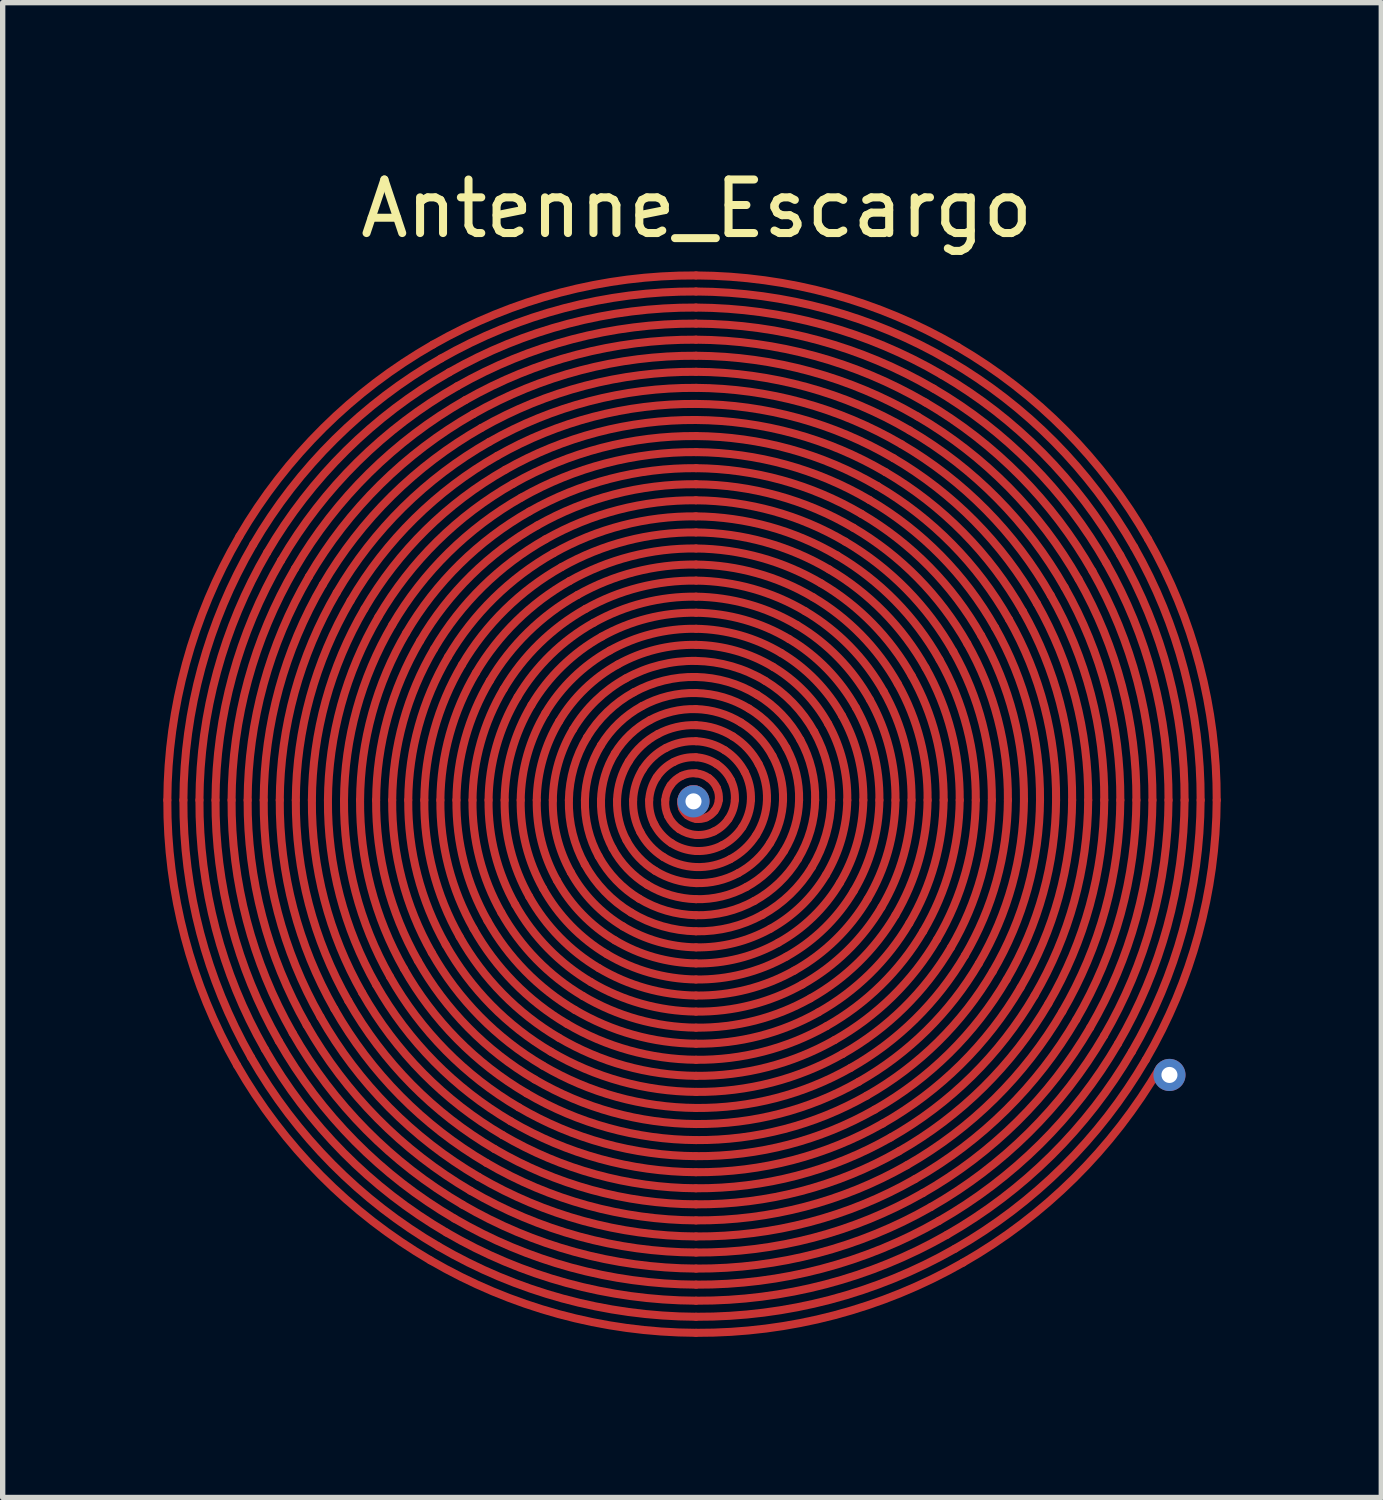
<source format=kicad_pcb>
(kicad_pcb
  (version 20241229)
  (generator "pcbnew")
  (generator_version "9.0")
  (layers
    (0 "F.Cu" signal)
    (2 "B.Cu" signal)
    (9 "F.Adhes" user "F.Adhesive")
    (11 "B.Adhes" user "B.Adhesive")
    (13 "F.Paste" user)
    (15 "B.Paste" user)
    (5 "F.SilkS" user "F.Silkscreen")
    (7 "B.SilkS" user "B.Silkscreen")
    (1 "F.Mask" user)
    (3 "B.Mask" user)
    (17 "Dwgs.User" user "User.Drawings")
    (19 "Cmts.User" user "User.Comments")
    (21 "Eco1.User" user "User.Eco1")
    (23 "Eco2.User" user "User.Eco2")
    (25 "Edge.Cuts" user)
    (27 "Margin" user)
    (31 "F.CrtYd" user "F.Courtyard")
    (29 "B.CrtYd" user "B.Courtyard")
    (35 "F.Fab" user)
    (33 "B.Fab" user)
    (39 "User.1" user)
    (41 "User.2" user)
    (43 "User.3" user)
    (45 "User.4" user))
  (footprint "Antenne_Escargo"
    (layer "F.Cu")
    (at 9.963 0.348)
    (property "Reference" "Antenne_Escargo" (at 0 0.5 0) (layer "F.SilkS") (effects (font (size 1 1) (thickness 0.15))))
    (attr through_hole)
    (fp_arc (start -9.887498 11.54665) (mid -9.539368 8.995637) (end -8.542849 6.62165) (stroke (width 0.15) (type solid)) (layer "F.Cu"))
    (fp_arc (start -9.587498 11.54665) (mid -9.24959 9.073283) (end -8.283041 6.77165) (stroke (width 0.15) (type solid)) (layer "F.Cu"))
    (fp_arc (start -9.287498 11.546649) (mid -8.959812 9.150928) (end -8.023233 6.92165) (stroke (width 0.15) (type solid)) (layer "F.Cu"))
    (fp_arc (start -8.987498 11.54665) (mid -8.670034 9.228574) (end -7.763426 7.07165) (stroke (width 0.15) (type solid)) (layer "F.Cu"))
    (fp_arc (start -8.687498 11.54665) (mid -8.380257 9.30622) (end -7.503618 7.22165) (stroke (width 0.15) (type solid)) (layer "F.Cu"))
    (fp_arc (start -8.58615 16.496649) (mid -9.562664 14.107312) (end -9.887499 11.54665) (stroke (width 0.15) (type solid)) (layer "F.Cu"))
    (fp_arc (start -8.542848 6.62165) (mid -6.969825 4.591651) (end -4.924998 3.037951) (stroke (width 0.15) (type solid)) (layer "F.Cu"))
    (fp_arc (start -8.387499 11.54665) (mid -8.09048 9.383865) (end -7.243811 7.37165) (stroke (width 0.15) (type solid)) (layer "F.Cu"))
    (fp_arc (start -8.326343 16.346649) (mid -9.272887 14.029667) (end -9.587499 11.54665) (stroke (width 0.15) (type solid)) (layer "F.Cu"))
    (fp_arc (start -8.28304 6.771651) (mid -6.757692 4.803784) (end -4.774998 3.297759) (stroke (width 0.15) (type solid)) (layer "F.Cu"))
    (fp_arc (start -8.087498 11.54665) (mid -7.800701 9.461511) (end -6.984003 7.52165) (stroke (width 0.15) (type solid)) (layer "F.Cu"))
    (fp_arc (start -8.066535 16.196649) (mid -8.983109 13.952021) (end -9.287499 11.54665) (stroke (width 0.15) (type solid)) (layer "F.Cu"))
    (fp_arc (start -8.023233 6.92165) (mid -6.545561 5.015915) (end -4.624998 3.557566) (stroke (width 0.15) (type solid)) (layer "F.Cu"))
    (fp_arc (start -7.806727 16.046649) (mid -8.693331 13.874375) (end -8.987499 11.54665) (stroke (width 0.15) (type solid)) (layer "F.Cu"))
    (fp_arc (start -7.787498 11.546649) (mid -7.510923 9.539156) (end -6.724195 7.67165) (stroke (width 0.15) (type solid)) (layer "F.Cu"))
    (fp_arc (start -7.763425 7.07165) (mid -6.333428 5.228047) (end -4.474998 3.817374) (stroke (width 0.15) (type solid)) (layer "F.Cu"))
    (fp_arc (start -7.54692 15.896649) (mid -8.403554 13.79673) (end -8.687499 11.54665) (stroke (width 0.15) (type solid)) (layer "F.Cu"))
    (fp_arc (start -7.503617 7.22165) (mid -6.121296 5.440179) (end -4.324998 4.077181) (stroke (width 0.15) (type solid)) (layer "F.Cu"))
    (fp_arc (start -7.487498 11.54665) (mid -7.221146 9.616803) (end -6.464388 7.82165) (stroke (width 0.15) (type solid)) (layer "F.Cu"))
    (fp_arc (start -7.287112 15.746649) (mid -8.113775 13.719084) (end -8.387499 11.54665) (stroke (width 0.15) (type solid)) (layer "F.Cu"))
    (fp_arc (start -7.24381 7.37165) (mid -5.909164 5.652311) (end -4.174998 4.336989) (stroke (width 0.15) (type solid)) (layer "F.Cu"))
    (fp_arc (start -7.187498 11.54665) (mid -6.931368 9.694448) (end -6.20458 7.97165) (stroke (width 0.15) (type solid)) (layer "F.Cu"))
    (fp_arc (start -7.027305 15.596649) (mid -7.823998 13.641438) (end -8.087499 11.54665) (stroke (width 0.15) (type solid)) (layer "F.Cu"))
    (fp_arc (start -6.984002 7.52165) (mid -5.697032 5.864443) (end -4.024998 4.596797) (stroke (width 0.15) (type solid)) (layer "F.Cu"))
    (fp_arc (start -6.887499 11.54665) (mid -6.641591 9.772094) (end -5.944773 8.12165) (stroke (width 0.15) (type solid)) (layer "F.Cu"))
    (fp_arc (start -6.767497 15.446649) (mid -7.53422 13.563792) (end -7.787499 11.54665) (stroke (width 0.15) (type solid)) (layer "F.Cu"))
    (fp_arc (start -6.724194 7.67165) (mid -5.4849 6.076575) (end -3.874998 4.856604) (stroke (width 0.15) (type solid)) (layer "F.Cu"))
    (fp_arc (start -6.587498 11.54665) (mid -6.351812 9.84974) (end -5.684965 8.27165) (stroke (width 0.15) (type solid)) (layer "F.Cu"))
    (fp_arc (start -6.507689 15.296649) (mid -7.244442 13.486147) (end -7.487499 11.54665) (stroke (width 0.15) (type solid)) (layer "F.Cu"))
    (fp_arc (start -6.464387 7.82165) (mid -5.272768 6.288707) (end -3.724998 5.116412) (stroke (width 0.15) (type solid)) (layer "F.Cu"))
    (fp_arc (start -6.287498 11.54665) (mid -6.062035 9.927385) (end -5.425157 8.42165) (stroke (width 0.15) (type solid)) (layer "F.Cu"))
    (fp_arc (start -6.247882 15.146649) (mid -6.954665 13.408501) (end -7.187499 11.54665) (stroke (width 0.15) (type solid)) (layer "F.Cu"))
    (fp_arc (start -6.204579 7.97165) (mid -5.060636 6.500839) (end -3.574998 5.376219) (stroke (width 0.15) (type solid)) (layer "F.Cu"))
    (fp_arc (start -5.988074 14.996649) (mid -6.664887 13.330855) (end -6.887499 11.54665) (stroke (width 0.15) (type solid)) (layer "F.Cu"))
    (fp_arc (start -5.987499 11.54665) (mid -5.772258 10.005031) (end -5.16535 8.57165) (stroke (width 0.15) (type solid)) (layer "F.Cu"))
    (fp_arc (start -5.944772 8.12165) (mid -4.848504 6.712971) (end -3.424998 5.636027) (stroke (width 0.15) (type solid)) (layer "F.Cu"))
    (fp_arc (start -5.728266 14.846649) (mid -6.375109 13.25321) (end -6.587499 11.54665) (stroke (width 0.15) (type solid)) (layer "F.Cu"))
    (fp_arc (start -5.687498 11.54665) (mid -5.482479 10.082677) (end -4.905542 8.72165) (stroke (width 0.15) (type solid)) (layer "F.Cu"))
    (fp_arc (start -5.684964 8.27165) (mid -4.636372 6.925103) (end -3.274998 5.895835) (stroke (width 0.15) (type solid)) (layer "F.Cu"))
    (fp_arc (start -5.468459 14.696649) (mid -6.085332 13.175564) (end -6.287499 11.54665) (stroke (width 0.15) (type solid)) (layer "F.Cu"))
    (fp_arc (start -5.425156 8.42165) (mid -4.42424 7.137235) (end -3.124998 6.155642) (stroke (width 0.15) (type solid)) (layer "F.Cu"))
    (fp_arc (start -5.387498 11.546649) (mid -5.192701 10.160322) (end -4.645734 8.87165) (stroke (width 0.15) (type solid)) (layer "F.Cu"))
    (fp_arc (start -5.208651 14.546649) (mid -5.795553 13.097918) (end -5.987499 11.54665) (stroke (width 0.15) (type solid)) (layer "F.Cu"))
    (fp_arc (start -5.165349 8.57165) (mid -4.212108 7.349367) (end -2.974998 6.41545) (stroke (width 0.15) (type solid)) (layer "F.Cu"))
    (fp_arc (start -5.087498 11.54665) (mid -4.902924 10.237968) (end -4.385927 9.02165) (stroke (width 0.15) (type solid)) (layer "F.Cu"))
    (fp_arc (start -4.974999 20.141951) (mid -7.020531 18.557009) (end -8.58615 16.496649) (stroke (width 0.15) (type solid)) (layer "F.Cu"))
    (fp_arc (start -4.948844 14.396649) (mid -5.505776 13.020272) (end -5.687499 11.54665) (stroke (width 0.15) (type solid)) (layer "F.Cu"))
    (fp_arc (start -4.924998 3.037951) (mid -2.55375 2.068929) (end -0.012499 1.74665) (stroke (width 0.15) (type solid)) (layer "F.Cu"))
    (fp_arc (start -4.905541 8.721651) (mid -3.999976 7.5615) (end -2.824998 6.675258) (stroke (width 0.15) (type solid)) (layer "F.Cu"))
    (fp_arc (start -4.824999 19.882143) (mid -6.808399 18.344876) (end -8.326342 16.346649) (stroke (width 0.15) (type solid)) (layer "F.Cu"))
    (fp_arc (start -4.787498 11.54665) (mid -4.613146 10.315614) (end -4.126119 9.17165) (stroke (width 0.15) (type solid)) (layer "F.Cu"))
    (fp_arc (start -4.774998 3.297758) (mid -2.476104 2.358707) (end -0.012499 2.04665) (stroke (width 0.15) (type solid)) (layer "F.Cu"))
    (fp_arc (start -4.689036 14.246649) (mid -5.215998 12.942627) (end -5.387499 11.54665) (stroke (width 0.15) (type solid)) (layer "F.Cu"))
    (fp_arc (start -4.674999 19.622335) (mid -6.596267 18.132744) (end -8.066535 16.196649) (stroke (width 0.15) (type solid)) (layer "F.Cu"))
    (fp_arc (start -4.645734 8.87165) (mid -3.787844 7.773631) (end -2.674998 6.935065) (stroke (width 0.15) (type solid)) (layer "F.Cu"))
    (fp_arc (start -4.624998 3.557566) (mid -2.398459 2.648485) (end -0.012499 2.34665) (stroke (width 0.15) (type solid)) (layer "F.Cu"))
    (fp_arc (start -4.524999 19.362528) (mid -6.384135 17.920612) (end -7.806727 16.046649) (stroke (width 0.15) (type solid)) (layer "F.Cu"))
    (fp_arc (start -4.487499 11.54665) (mid -4.323369 10.39326) (end -3.866312 9.32165) (stroke (width 0.15) (type solid)) (layer "F.Cu"))
    (fp_arc (start -4.474998 3.817373) (mid -2.320813 2.938262) (end -0.012499 2.64665) (stroke (width 0.15) (type solid)) (layer "F.Cu"))
    (fp_arc (start -4.429228 14.096649) (mid -4.92622 12.864981) (end -5.087499 11.54665) (stroke (width 0.15) (type solid)) (layer "F.Cu"))
    (fp_arc (start -4.385926 9.02165) (mid -3.575712 7.985763) (end -2.524998 7.194873) (stroke (width 0.15) (type solid)) (layer "F.Cu"))
    (fp_arc (start -4.374999 19.10272) (mid -6.172003 17.70848) (end -7.54692 15.896649) (stroke (width 0.15) (type solid)) (layer "F.Cu"))
    (fp_arc (start -4.324998 4.077181) (mid -2.243167 3.22804) (end -0.012499 2.94665) (stroke (width 0.15) (type solid)) (layer "F.Cu"))
    (fp_arc (start -4.224999 18.842913) (mid -5.959871 17.496349) (end -7.287112 15.746649) (stroke (width 0.15) (type solid)) (layer "F.Cu"))
    (fp_arc (start -4.187498 11.54665) (mid -4.03359 10.470905) (end -3.606504 9.47165) (stroke (width 0.15) (type solid)) (layer "F.Cu"))
    (fp_arc (start -4.174998 4.336989) (mid -2.165521 3.517818) (end -0.012499 3.24665) (stroke (width 0.15) (type solid)) (layer "F.Cu"))
    (fp_arc (start -4.169421 13.946649) (mid -4.636443 12.787335) (end -4.787499 11.54665) (stroke (width 0.15) (type solid)) (layer "F.Cu"))
    (fp_arc (start -4.126118 9.17165) (mid -3.36358 8.197896) (end -2.374998 7.45468) (stroke (width 0.15) (type solid)) (layer "F.Cu"))
    (fp_arc (start -4.074999 18.583105) (mid -5.747739 17.284216) (end -7.027304 15.596649) (stroke (width 0.15) (type solid)) (layer "F.Cu"))
    (fp_arc (start -4.024998 4.596796) (mid -2.087876 3.807595) (end -0.012499 3.54665) (stroke (width 0.15) (type solid)) (layer "F.Cu"))
    (fp_arc (start -3.924999 18.323297) (mid -5.535607 17.072084) (end -6.767497 15.446649) (stroke (width 0.15) (type solid)) (layer "F.Cu"))
    (fp_arc (start -3.909613 13.796649) (mid -4.346665 12.70969) (end -4.487499 11.54665) (stroke (width 0.15) (type solid)) (layer "F.Cu"))
    (fp_arc (start -3.887498 11.54665) (mid -3.743813 10.548551) (end -3.346696 9.62165) (stroke (width 0.15) (type solid)) (layer "F.Cu"))
    (fp_arc (start -3.874998 4.856604) (mid -2.01023 4.097373) (end -0.012499 3.84665) (stroke (width 0.15) (type solid)) (layer "F.Cu"))
    (fp_arc (start -3.866311 9.32165) (mid -3.151448 8.410027) (end -2.224998 7.714488) (stroke (width 0.15) (type solid)) (layer "F.Cu"))
    (fp_arc (start -3.774999 18.06349) (mid -5.323475 16.859952) (end -6.507689 15.296649) (stroke (width 0.15) (type solid)) (layer "F.Cu"))
    (fp_arc (start -3.724998 5.116412) (mid -1.932584 4.387151) (end -0.012499 4.14665) (stroke (width 0.15) (type solid)) (layer "F.Cu"))
    (fp_arc (start -3.649806 13.646649) (mid -4.056888 12.632044) (end -4.187499 11.54665) (stroke (width 0.15) (type solid)) (layer "F.Cu"))
    (fp_arc (start -3.624998 17.803682) (mid -5.111342 16.64782) (end -6.247881 15.146649) (stroke (width 0.15) (type solid)) (layer "F.Cu"))
    (fp_arc (start -3.606503 9.47165) (mid -2.939316 8.62216) (end -2.074998 7.974296) (stroke (width 0.15) (type solid)) (layer "F.Cu"))
    (fp_arc (start -3.587499 11.54665) (mid -3.454036 10.626197) (end -3.086889 9.77165) (stroke (width 0.15) (type solid)) (layer "F.Cu"))
    (fp_arc (start -3.574998 5.376219) (mid -1.854939 4.676929) (end -0.012499 4.44665) (stroke (width 0.15) (type solid)) (layer "F.Cu"))
    (fp_arc (start -3.474999 17.543875) (mid -4.899211 16.435688) (end -5.988074 14.996649) (stroke (width 0.15) (type solid)) (layer "F.Cu"))
    (fp_arc (start -3.424998 5.636027) (mid -1.777293 4.966707) (end -0.012499 4.74665) (stroke (width 0.15) (type solid)) (layer "F.Cu"))
    (fp_arc (start -3.389998 13.496649) (mid -3.76711 12.554398) (end -3.887499 11.54665) (stroke (width 0.15) (type solid)) (layer "F.Cu"))
    (fp_arc (start -3.346695 9.62165) (mid -2.727183 8.834292) (end -1.924998 8.234103) (stroke (width 0.15) (type solid)) (layer "F.Cu"))
    (fp_arc (start -3.324999 17.284067) (mid -4.687079 16.223556) (end -5.728266 14.846649) (stroke (width 0.15) (type solid)) (layer "F.Cu"))
    (fp_arc (start -3.287498 11.54665) (mid -3.164257 10.703843) (end -2.827081 9.92165) (stroke (width 0.15) (type solid)) (layer "F.Cu"))
    (fp_arc (start -3.274998 5.895834) (mid -1.699647 5.256484) (end -0.012499 5.04665) (stroke (width 0.15) (type solid)) (layer "F.Cu"))
    (fp_arc (start -3.174999 17.024259) (mid -4.474947 16.011424) (end -5.468459 14.696649) (stroke (width 0.15) (type solid)) (layer "F.Cu"))
    (fp_arc (start -3.13019 13.346649) (mid -3.477331 12.476752) (end -3.587499 11.54665) (stroke (width 0.15) (type solid)) (layer "F.Cu"))
    (fp_arc (start -3.124998 6.155642) (mid -1.622001 5.546262) (end -0.012499 5.34665) (stroke (width 0.15) (type solid)) (layer "F.Cu"))
    (fp_arc (start -3.086888 9.77165) (mid -2.515052 9.046424) (end -1.774998 8.493911) (stroke (width 0.15) (type solid)) (layer "F.Cu"))
    (fp_arc (start -3.024999 16.764452) (mid -4.262815 15.799292) (end -5.208651 14.546649) (stroke (width 0.15) (type solid)) (layer "F.Cu"))
    (fp_arc (start -2.987498 11.54665) (mid -2.874479 10.781488) (end -2.567273 10.07165) (stroke (width 0.15) (type solid)) (layer "F.Cu"))
    (fp_arc (start -2.974998 6.41545) (mid -1.544356 5.83604) (end -0.012499 5.64665) (stroke (width 0.15) (type solid)) (layer "F.Cu"))
    (fp_arc (start -2.874999 16.504644) (mid -4.050683 15.58716) (end -4.948843 14.396649) (stroke (width 0.15) (type solid)) (layer "F.Cu"))
    (fp_arc (start -2.870383 13.196649) (mid -3.187554 12.399107) (end -3.287499 11.54665) (stroke (width 0.15) (type solid)) (layer "F.Cu"))
    (fp_arc (start -2.82708 9.921651) (mid -2.30292 9.258556) (end -1.624998 8.753719) (stroke (width 0.15) (type solid)) (layer "F.Cu"))
    (fp_arc (start -2.824998 6.675257) (mid -1.46671 6.125817) (end -0.012499 5.94665) (stroke (width 0.15) (type solid)) (layer "F.Cu"))
    (fp_arc (start -2.724999 16.244836) (mid -3.83855 15.375028) (end -4.689036 14.246649) (stroke (width 0.15) (type solid)) (layer "F.Cu"))
    (fp_arc (start -2.687498 11.54665) (mid -2.584702 10.859134) (end -2.307466 10.22165) (stroke (width 0.15) (type solid)) (layer "F.Cu"))
    (fp_arc (start -2.674998 6.935065) (mid -1.389064 6.415595) (end -0.012499 6.24665) (stroke (width 0.15) (type solid)) (layer "F.Cu"))
    (fp_arc (start -2.610575 13.046649) (mid -2.897776 12.321461) (end -2.987499 11.54665) (stroke (width 0.15) (type solid)) (layer "F.Cu"))
    (fp_arc (start -2.574999 15.985029) (mid -3.626419 15.162896) (end -4.429228 14.096649) (stroke (width 0.15) (type solid)) (layer "F.Cu"))
    (fp_arc (start -2.567273 10.07165) (mid -2.090788 9.470687) (end -1.474998 9.013526) (stroke (width 0.15) (type solid)) (layer "F.Cu"))
    (fp_arc (start -2.524998 7.194873) (mid -1.311419 6.705373) (end -0.012499 6.54665) (stroke (width 0.15) (type solid)) (layer "F.Cu"))
    (fp_arc (start -2.424998 15.725221) (mid -3.414286 14.950764) (end -4.16942 13.946649) (stroke (width 0.15) (type solid)) (layer "F.Cu"))
    (fp_arc (start -2.387498 11.54665) (mid -2.294924 10.93678) (end -2.047658 10.37165) (stroke (width 0.15) (type solid)) (layer "F.Cu"))
    (fp_arc (start -2.374998 7.45468) (mid -1.233773 6.995151) (end -0.012499 6.84665) (stroke (width 0.15) (type solid)) (layer "F.Cu"))
    (fp_arc (start -2.350767 12.896649) (mid -2.607998 12.243815) (end -2.687499 11.54665) (stroke (width 0.15) (type solid)) (layer "F.Cu"))
    (fp_arc (start -2.307465 10.22165) (mid -1.878656 9.68282) (end -1.324998 9.273334) (stroke (width 0.15) (type solid)) (layer "F.Cu"))
    (fp_arc (start -2.274999 15.465414) (mid -3.202155 14.738632) (end -3.909613 13.796649) (stroke (width 0.15) (type solid)) (layer "F.Cu"))
    (fp_arc (start -2.224998 7.714488) (mid -1.156127 7.284929) (end -0.012499 7.14665) (stroke (width 0.15) (type solid)) (layer "F.Cu"))
    (fp_arc (start -2.124999 15.205606) (mid -2.990022 14.5265) (end -3.649805 13.646649) (stroke (width 0.15) (type solid)) (layer "F.Cu"))
    (fp_arc (start -2.09096 12.746649) (mid -2.318221 12.16617) (end -2.387499 11.54665) (stroke (width 0.15) (type solid)) (layer "F.Cu"))
    (fp_arc (start -2.087499 11.54665) (mid -2.005147 11.014425) (end -1.787851 10.52165) (stroke (width 0.15) (type solid)) (layer "F.Cu"))
    (fp_arc (start -2.074998 7.974295) (mid -1.078481 7.574706) (end -0.012499 7.44665) (stroke (width 0.15) (type solid)) (layer "F.Cu"))
    (fp_arc (start -2.047657 10.37165) (mid -1.666523 9.894952) (end -1.174998 9.533141) (stroke (width 0.15) (type solid)) (layer "F.Cu"))
    (fp_arc (start -1.974999 14.945798) (mid -2.77789 14.314367) (end -3.389998 13.496649) (stroke (width 0.15) (type solid)) (layer "F.Cu"))
    (fp_arc (start -1.924998 8.234103) (mid -1.000836 7.864484) (end -0.012499 7.74665) (stroke (width 0.15) (type solid)) (layer "F.Cu"))
    (fp_arc (start -1.831152 12.596649) (mid -2.028443 12.088524) (end -2.087499 11.54665) (stroke (width 0.15) (type solid)) (layer "F.Cu"))
    (fp_arc (start -1.824999 14.685991) (mid -2.565759 14.102236) (end -3.13019 13.346649) (stroke (width 0.15) (type solid)) (layer "F.Cu"))
    (fp_arc (start -1.78785 10.52165) (mid -1.454392 10.107084) (end -1.024998 9.792949) (stroke (width 0.15) (type solid)) (layer "F.Cu"))
    (fp_arc (start -1.787498 11.54665) (mid -1.715368 11.092071) (end -1.528043 10.67165) (stroke (width 0.15) (type solid)) (layer "F.Cu"))
    (fp_arc (start -1.774998 8.493911) (mid -0.92319 8.154262) (end -0.012499 8.04665) (stroke (width 0.15) (type solid)) (layer "F.Cu"))
    (fp_arc (start -1.674999 14.426183) (mid -2.353626 13.890104) (end -2.870382 13.196649) (stroke (width 0.15) (type solid)) (layer "F.Cu"))
    (fp_arc (start -1.624998 8.753718) (mid -0.845544 8.444039) (end -0.012499 8.34665) (stroke (width 0.15) (type solid)) (layer "F.Cu"))
    (fp_arc (start -1.571344 12.44665) (mid -1.738665 12.010879) (end -1.787499 11.54665) (stroke (width 0.15) (type solid)) (layer "F.Cu"))
    (fp_arc (start -1.528043 10.671651) (mid -1.242261 10.319216) (end -0.874999 10.052757) (stroke (width 0.15) (type solid)) (layer "F.Cu"))
    (fp_arc (start -1.524999 14.166375) (mid -2.141494 13.677971) (end -2.610575 13.046649) (stroke (width 0.15) (type solid)) (layer "F.Cu"))
    (fp_arc (start -1.487498 11.546649) (mid -1.42559 11.169716) (end -1.268235 10.82165) (stroke (width 0.15) (type solid)) (layer "F.Cu"))
    (fp_arc (start -1.474998 9.013526) (mid -0.767899 8.733817) (end -0.012499 8.64665) (stroke (width 0.15) (type solid)) (layer "F.Cu"))
    (fp_arc (start -1.374999 13.906568) (mid -1.929362 13.46584) (end -2.350767 12.896649) (stroke (width 0.15) (type solid)) (layer "F.Cu"))
    (fp_arc (start -1.324998 9.273333) (mid -0.690253 9.023595) (end -0.012499 8.94665) (stroke (width 0.15) (type solid)) (layer "F.Cu"))
    (fp_arc (start -1.311537 12.29665) (mid -1.448888 11.933233) (end -1.487499 11.54665) (stroke (width 0.15) (type solid)) (layer "F.Cu"))
    (fp_arc (start -1.268235 10.82165) (mid -1.030128 10.531348) (end -0.724999 10.312564) (stroke (width 0.15) (type solid)) (layer "F.Cu"))
    (fp_arc (start -1.224998 13.64676) (mid -1.717229 13.253707) (end -2.090959 12.746649) (stroke (width 0.15) (type solid)) (layer "F.Cu"))
    (fp_arc (start -1.187498 11.54665) (mid -1.135813 11.247363) (end -1.008428 10.97165) (stroke (width 0.15) (type solid)) (layer "F.Cu"))
    (fp_arc (start -1.174998 9.533141) (mid -0.612607 9.313373) (end -0.012499 9.24665) (stroke (width 0.15) (type solid)) (layer "F.Cu"))
    (fp_arc (start -1.074999 13.386953) (mid -1.505098 13.041576) (end -1.831152 12.596649) (stroke (width 0.15) (type solid)) (layer "F.Cu"))
    (fp_arc (start -1.051729 12.14665) (mid -1.15911 11.855587) (end -1.187499 11.54665) (stroke (width 0.15) (type solid)) (layer "F.Cu"))
    (fp_arc (start -1.024998 9.792949) (mid -0.534961 9.603151) (end -0.012499 9.54665) (stroke (width 0.15) (type solid)) (layer "F.Cu"))
    (fp_arc (start -1.008428 10.971651) (mid -0.817997 10.74348) (end -0.574999 10.572372) (stroke (width 0.15) (type solid)) (layer "F.Cu"))
    (fp_arc (start -0.924998 13.127146) (mid -1.292966 12.829445) (end -1.571344 12.44665) (stroke (width 0.15) (type solid)) (layer "F.Cu"))
    (fp_arc (start -0.887498 11.54665) (mid -0.846035 11.325008) (end -0.74862 11.12165) (stroke (width 0.15) (type solid)) (layer "F.Cu"))
    (fp_arc (start -0.874999 10.052756) (mid -0.457316 9.892928) (end -0.012499 9.84665) (stroke (width 0.15) (type solid)) (layer "F.Cu"))
    (fp_arc (start -0.791922 11.996649) (mid -0.869332 11.777941) (end -0.887499 11.54665) (stroke (width 0.15) (type solid)) (layer "F.Cu"))
    (fp_arc (start -0.774999 12.867338) (mid -1.080834 12.617312) (end -1.311537 12.29665) (stroke (width 0.15) (type solid)) (layer "F.Cu"))
    (fp_arc (start -0.74862 11.121651) (mid -0.605864 10.955613) (end -0.424999 10.83218) (stroke (width 0.15) (type solid)) (layer "F.Cu"))
    (fp_arc (start -0.724999 10.312564) (mid -0.379671 10.182706) (end -0.012499 10.14665) (stroke (width 0.15) (type solid)) (layer "F.Cu"))
    (fp_arc (start -0.624998 12.60753) (mid -0.868701 12.40518) (end -1.051729 12.14665) (stroke (width 0.15) (type solid)) (layer "F.Cu"))
    (fp_arc (start -0.587498 11.54665) (mid -0.556257 11.402654) (end -0.488812 11.27165) (stroke (width 0.15) (type solid)) (layer "F.Cu"))
    (fp_arc (start -0.574999 10.572372) (mid -0.302025 10.472484) (end -0.012499 10.44665) (stroke (width 0.15) (type solid)) (layer "F.Cu"))
    (fp_arc (start -0.532114 11.846649) (mid -0.579554 11.700295) (end -0.587499 11.54665) (stroke (width 0.15) (type solid)) (layer "F.Cu"))
    (fp_arc (start -0.488812 11.271651) (mid -0.393732 11.167745) (end -0.274999 11.091987) (stroke (width 0.15) (type solid)) (layer "F.Cu"))
    (fp_arc (start -0.474998 12.347723) (mid -0.656569 12.193048) (end -0.791921 11.99665) (stroke (width 0.15) (type solid)) (layer "F.Cu"))
    (fp_arc (start -0.424998 10.832179) (mid -0.224379 10.762261) (end -0.012499 10.74665) (stroke (width 0.15) (type solid)) (layer "F.Cu"))
    (fp_arc (start -0.324999 12.087915) (mid -0.444438 11.980916) (end -0.532114 11.84665) (stroke (width 0.15) (type solid)) (layer "F.Cu"))
    (fp_arc (start -0.287498 11.54665) (mid -0.26648 11.4803) (end -0.229005 11.42165) (stroke (width 0.15) (type solid)) (layer "F.Cu"))
    (fp_arc (start -0.274998 11.091987) (mid -0.146733 11.052039) (end -0.012499 11.04665) (stroke (width 0.15) (type solid)) (layer "F.Cu"))
    (fp_arc (start -0.272306 11.696649) (mid -0.289776 11.62265) (end -0.287499 11.54665) (stroke (width 0.15) (type solid)) (layer "F.Cu"))
    (fp_arc (start -0.229005 11.421651) (mid -0.1816 11.379877) (end -0.124999 11.351795) (stroke (width 0.15) (type solid)) (layer "F.Cu"))
    (fp_arc (start -0.174998 11.828108) (mid -0.232306 11.768784) (end -0.272306 11.69665) (stroke (width 0.15) (type solid)) (layer "F.Cu"))
    (fp_arc (start -0.124998 11.351794) (mid -0.069087 11.341816) (end -0.012499 11.34665) (stroke (width 0.15) (type solid)) (layer "F.Cu"))
    (fp_arc (start -0.024999 11.5683) (mid -0.020174 11.556652) (end -0.012499 11.54665) (stroke (width 0.15) (type solid)) (layer "F.Cu"))
    (fp_arc (start -0.0125 13.696649) (mid -0.564136 13.611741) (end -1.074999 13.386953) (stroke (width 0.15) (type solid)) (layer "F.Cu"))
    (fp_arc (start -0.0125 16.096649) (mid -1.185301 15.929963) (end -2.274999 15.465414) (stroke (width 0.15) (type solid)) (layer "F.Cu"))
    (fp_arc (start -0.0125 18.496649) (mid -1.806467 18.248185) (end -3.474999 17.543875) (stroke (width 0.15) (type solid)) (layer "F.Cu"))
    (fp_arc (start -0.0125 20.896649) (mid -2.427633 20.566407) (end -4.674999 19.622336) (stroke (width 0.15) (type solid)) (layer "F.Cu"))
    (fp_arc (start -0.012499 1.746651) (mid 2.519103 2.092226) (end 4.875001 3.081252) (stroke (width 0.15) (type solid)) (layer "F.Cu"))
    (fp_arc (start -0.012499 2.046651) (mid 2.441457 2.382004) (end 4.725001 3.34106) (stroke (width 0.15) (type solid)) (layer "F.Cu"))
    (fp_arc (start -0.012499 2.34665) (mid 2.363811 2.67178) (end 4.575001 3.600867) (stroke (width 0.15) (type solid)) (layer "F.Cu"))
    (fp_arc (start -0.012499 2.646651) (mid 2.286166 2.961559) (end 4.425001 3.860675) (stroke (width 0.15) (type solid)) (layer "F.Cu"))
    (fp_arc (start -0.012499 3.246651) (mid 2.130874 3.541115) (end 4.125001 4.38029) (stroke (width 0.15) (type solid)) (layer "F.Cu"))
    (fp_arc (start -0.012499 3.546651) (mid 2.053228 3.830892) (end 3.975001 4.640098) (stroke (width 0.15) (type solid)) (layer "F.Cu"))
    (fp_arc (start -0.012499 4.146651) (mid 1.897937 4.410448) (end 3.675001 5.159713) (stroke (width 0.15) (type solid)) (layer "F.Cu"))
    (fp_arc (start -0.012499 4.446651) (mid 1.820291 4.700226) (end 3.525001 5.419521) (stroke (width 0.15) (type solid)) (layer "F.Cu"))
    (fp_arc (start -0.012499 4.74665) (mid 1.742646 4.990002) (end 3.375001 5.679328) (stroke (width 0.15) (type solid)) (layer "F.Cu"))
    (fp_arc (start -0.012499 5.046651) (mid 1.665 5.279781) (end 3.225001 5.939136) (stroke (width 0.15) (type solid)) (layer "F.Cu"))
    (fp_arc (start -0.012499 5.646651) (mid 1.509708 5.859337) (end 2.925001 6.458751) (stroke (width 0.15) (type solid)) (layer "F.Cu"))
    (fp_arc (start -0.012499 5.946651) (mid 1.432063 6.149114) (end 2.775001 6.718559) (stroke (width 0.15) (type solid)) (layer "F.Cu"))
    (fp_arc (start -0.012499 6.24665) (mid 1.354417 6.438891) (end 2.625001 6.978366) (stroke (width 0.15) (type solid)) (layer "F.Cu"))
    (fp_arc (start -0.012499 6.546651) (mid 1.276771 6.72867) (end 2.475001 7.238174) (stroke (width 0.15) (type solid)) (layer "F.Cu"))
    (fp_arc (start -0.012499 6.846651) (mid 1.199126 7.018448) (end 2.325001 7.497982) (stroke (width 0.15) (type solid)) (layer "F.Cu"))
    (fp_arc (start -0.012499 7.14665) (mid 1.12148 7.308224) (end 2.175001 7.757789) (stroke (width 0.15) (type solid)) (layer "F.Cu"))
    (fp_arc (start -0.012499 7.446651) (mid 1.043834 7.598003) (end 2.025001 8.017597) (stroke (width 0.15) (type solid)) (layer "F.Cu"))
    (fp_arc (start -0.012499 8.046651) (mid 0.888543 8.177559) (end 1.725001 8.537212) (stroke (width 0.15) (type solid)) (layer "F.Cu"))
    (fp_arc (start -0.012499 8.346651) (mid 0.810897 8.467336) (end 1.575001 8.79702) (stroke (width 0.15) (type solid)) (layer "F.Cu"))
    (fp_arc (start -0.012499 8.64665) (mid 0.733252 8.757113) (end 1.425001 9.056827) (stroke (width 0.15) (type solid)) (layer "F.Cu"))
    (fp_arc (start -0.012499 8.946651) (mid 0.655606 9.046892) (end 1.275001 9.316635) (stroke (width 0.15) (type solid)) (layer "F.Cu"))
    (fp_arc (start -0.012499 9.246651) (mid 0.57796 9.33667) (end 1.125001 9.576443) (stroke (width 0.15) (type solid)) (layer "F.Cu"))
    (fp_arc (start -0.012499 9.54665) (mid 0.500314 9.626446) (end 0.975001 9.83625) (stroke (width 0.15) (type solid)) (layer "F.Cu"))
    (fp_arc (start -0.012499 9.846651) (mid 0.422668 9.916225) (end 0.825001 10.096058) (stroke (width 0.15) (type solid)) (layer "F.Cu"))
    (fp_arc (start -0.012499 10.446651) (mid 0.267377 10.495781) (end 0.525001 10.615673) (stroke (width 0.15) (type solid)) (layer "F.Cu"))
    (fp_arc (start -0.012499 10.746651) (mid 0.189731 10.785558) (end 0.375001 10.875481) (stroke (width 0.15) (type solid)) (layer "F.Cu"))
    (fp_arc (start -0.012499 11.046651) (mid 0.112086 11.075336) (end 0.225001 11.135288) (stroke (width 0.15) (type solid)) (layer "F.Cu"))
    (fp_arc (start -0.012499 11.346651) (mid 0.03444 11.365114) (end 0.075001 11.395096) (stroke (width 0.15) (type solid)) (layer "F.Cu"))
    (fp_arc (start -0.012499 11.596649) (mid -0.020615 11.583297) (end -0.024999 11.5683) (stroke (width 0.15) (type solid)) (layer "F.Cu"))
    (fp_arc (start -0.012499 11.896649) (mid -0.098261 11.873075) (end -0.174999 11.828108) (stroke (width 0.15) (type solid)) (layer "F.Cu"))
    (fp_arc (start -0.012499 12.196649) (mid -0.175907 12.162853) (end -0.324999 12.087915) (stroke (width 0.15) (type solid)) (layer "F.Cu"))
    (fp_arc (start -0.012499 12.496649) (mid -0.253552 12.452631) (end -0.474999 12.347723) (stroke (width 0.15) (type solid)) (layer "F.Cu"))
    (fp_arc (start -0.012499 12.79665) (mid -0.331198 12.742409) (end -0.624999 12.607531) (stroke (width 0.15) (type solid)) (layer "F.Cu"))
    (fp_arc (start -0.012499 13.096649) (mid -0.408844 13.032186) (end -0.774999 12.867338) (stroke (width 0.15) (type solid)) (layer "F.Cu"))
    (fp_arc (start -0.012499 13.396649) (mid -0.486489 13.321964) (end -0.924999 13.127146) (stroke (width 0.15) (type solid)) (layer "F.Cu"))
    (fp_arc (start -0.012499 13.996649) (mid -0.641781 13.901519) (end -1.224999 13.646761) (stroke (width 0.15) (type solid)) (layer "F.Cu"))
    (fp_arc (start -0.012499 14.296649) (mid -0.719426 14.191297) (end -1.374999 13.906569) (stroke (width 0.15) (type solid)) (layer "F.Cu"))
    (fp_arc (start -0.012499 14.596649) (mid -0.797072 14.481075) (end -1.524999 14.166376) (stroke (width 0.15) (type solid)) (layer "F.Cu"))
    (fp_arc (start -0.012499 14.896649) (mid -0.874718 14.770853) (end -1.674999 14.426184) (stroke (width 0.15) (type solid)) (layer "F.Cu"))
    (fp_arc (start -0.012499 15.19665) (mid -0.952364 15.060631) (end -1.824999 14.685992) (stroke (width 0.15) (type solid)) (layer "F.Cu"))
    (fp_arc (start -0.012499 15.496649) (mid -1.030009 15.350408) (end -1.974999 14.945799) (stroke (width 0.15) (type solid)) (layer "F.Cu"))
    (fp_arc (start -0.012499 15.796649) (mid -1.107655 15.640186) (end -2.124999 15.205607) (stroke (width 0.15) (type solid)) (layer "F.Cu"))
    (fp_arc (start -0.012499 16.396649) (mid -1.262946 16.219741) (end -2.424999 15.725222) (stroke (width 0.15) (type solid)) (layer "F.Cu"))
    (fp_arc (start -0.012499 16.69665) (mid -1.340592 16.50952) (end -2.574999 15.98503) (stroke (width 0.15) (type solid)) (layer "F.Cu"))
    (fp_arc (start -0.012499 16.996649) (mid -1.418238 16.799297) (end -2.724999 16.244837) (stroke (width 0.15) (type solid)) (layer "F.Cu"))
    (fp_arc (start -0.012499 17.296649) (mid -1.495884 17.089075) (end -2.874999 16.504645) (stroke (width 0.15) (type solid)) (layer "F.Cu"))
    (fp_arc (start -0.012499 17.59665) (mid -1.573529 17.378853) (end -3.024999 16.764453) (stroke (width 0.15) (type solid)) (layer "F.Cu"))
    (fp_arc (start -0.012499 17.896649) (mid -1.651175 17.66863) (end -3.174999 17.02426) (stroke (width 0.15) (type solid)) (layer "F.Cu"))
    (fp_arc (start -0.012499 18.196649) (mid -1.728821 17.958408) (end -3.324999 17.284068) (stroke (width 0.15) (type solid)) (layer "F.Cu"))
    (fp_arc (start -0.012499 18.796649) (mid -1.884112 18.537963) (end -3.624999 17.803683) (stroke (width 0.15) (type solid)) (layer "F.Cu"))
    (fp_arc (start -0.012499 19.09665) (mid -1.961758 18.827742) (end -3.774999 18.063491) (stroke (width 0.15) (type solid)) (layer "F.Cu"))
    (fp_arc (start -0.012499 19.396649) (mid -2.039404 19.117519) (end -3.924999 18.323298) (stroke (width 0.15) (type solid)) (layer "F.Cu"))
    (fp_arc (start -0.012499 19.696649) (mid -2.117049 19.407296) (end -4.074999 18.583106) (stroke (width 0.15) (type solid)) (layer "F.Cu"))
    (fp_arc (start -0.012499 19.99665) (mid -2.194695 19.697075) (end -4.224999 18.842914) (stroke (width 0.15) (type solid)) (layer "F.Cu"))
    (fp_arc (start -0.012499 20.296649) (mid -2.272341 19.986852) (end -4.374999 19.102721) (stroke (width 0.15) (type solid)) (layer "F.Cu"))
    (fp_arc (start -0.012499 20.596649) (mid -2.349986 20.27663) (end -4.524999 19.362529) (stroke (width 0.15) (type solid)) (layer "F.Cu"))
    (fp_arc (start -0.012499 21.196649) (mid -2.505278 20.856185) (end -4.824999 19.882144) (stroke (width 0.15) (type solid)) (layer "F.Cu"))
    (fp_arc (start -0.012499 21.49665) (mid -2.582924 21.145964) (end -4.974999 20.141952) (stroke (width 0.15) (type solid)) (layer "F.Cu"))
    (fp_arc (start -0.012498 2.946651) (mid 2.20852 3.251337) (end 4.275001 4.120483) (stroke (width 0.15) (type solid)) (layer "F.Cu"))
    (fp_arc (start -0.012498 3.846651) (mid 1.975583 4.12067) (end 3.825001 4.899906) (stroke (width 0.15) (type solid)) (layer "F.Cu"))
    (fp_arc (start -0.012498 5.346651) (mid 1.587355 5.569559) (end 3.075001 6.198944) (stroke (width 0.15) (type solid)) (layer "F.Cu"))
    (fp_arc (start -0.012498 7.746651) (mid 0.966189 7.887781) (end 1.875001 8.277405) (stroke (width 0.15) (type solid)) (layer "F.Cu"))
    (fp_arc (start -0.012498 10.146651) (mid 0.345023 10.206003) (end 0.675001 10.355866) (stroke (width 0.15) (type solid)) (layer "F.Cu"))
    (fp_arc (start 0.025 11.611602) (mid 0.005266 11.606595) (end -0.012499 11.59665) (stroke (width 0.15) (type solid)) (layer "F.Cu"))
    (fp_arc (start 0.074103 11.596649) (mid 0.050536 11.607357) (end 0.025001 11.611601) (stroke (width 0.15) (type solid)) (layer "F.Cu"))
    (fp_arc (start 0.075 11.395096) (mid 0.101241 11.430582) (end 0.117404 11.47165) (stroke (width 0.15) (type solid)) (layer "F.Cu"))
    (fp_arc (start 0.1125 11.54665) (mid 0.096593 11.574177) (end 0.074103 11.59665) (stroke (width 0.15) (type solid)) (layer "F.Cu"))
    (fp_arc (start 0.117405 11.471651) (mid 0.11989 11.509473) (end 0.112501 11.54665) (stroke (width 0.15) (type solid)) (layer "F.Cu"))
    (fp_arc (start 0.175 11.871409) (mid 0.082912 11.896372) (end -0.012499 11.89665) (stroke (width 0.15) (type solid)) (layer "F.Cu"))
    (fp_arc (start 0.225 11.135289) (mid 0.313373 11.21845) (end 0.377212 11.32165) (stroke (width 0.15) (type solid)) (layer "F.Cu"))
    (fp_arc (start 0.325 12.131217) (mid 0.160558 12.18615) (end -0.012499 12.19665) (stroke (width 0.15) (type solid)) (layer "F.Cu"))
    (fp_arc (start 0.33391 11.746649) (mid 0.262668 11.819489) (end 0.175001 11.871409) (stroke (width 0.15) (type solid)) (layer "F.Cu"))
    (fp_arc (start 0.375001 10.875481) (mid 0.525506 11.006318) (end 0.63702 11.17165) (stroke (width 0.15) (type solid)) (layer "F.Cu"))
    (fp_arc (start 0.377212 11.321651) (mid 0.409667 11.431828) (end 0.412501 11.54665) (stroke (width 0.15) (type solid)) (layer "F.Cu"))
    (fp_arc (start 0.4125 11.54665) (mid 0.386371 11.651823) (end 0.333911 11.74665) (stroke (width 0.15) (type solid)) (layer "F.Cu"))
    (fp_arc (start 0.475001 12.391024) (mid 0.238204 12.475927) (end -0.012499 12.49665) (stroke (width 0.15) (type solid)) (layer "F.Cu"))
    (fp_arc (start 0.525 10.615673) (mid 0.737638 10.794185) (end 0.896827 11.02165) (stroke (width 0.15) (type solid)) (layer "F.Cu"))
    (fp_arc (start 0.593718 11.89665) (mid 0.4748 12.031622) (end 0.325001 12.131217) (stroke (width 0.15) (type solid)) (layer "F.Cu"))
    (fp_arc (start 0.625001 12.650832) (mid 0.31585 12.765705) (end -0.012499 12.79665) (stroke (width 0.15) (type solid)) (layer "F.Cu"))
    (fp_arc (start 0.63702 11.171651) (mid 0.699445 11.354182) (end 0.712501 11.54665) (stroke (width 0.15) (type solid)) (layer "F.Cu"))
    (fp_arc (start 0.675001 10.355866) (mid 0.94977 10.582054) (end 1.156635 10.87165) (stroke (width 0.15) (type solid)) (layer "F.Cu"))
    (fp_arc (start 0.7125 11.54665) (mid 0.676148 11.729469) (end 0.593718 11.89665) (stroke (width 0.15) (type solid)) (layer "F.Cu"))
    (fp_arc (start 0.775001 12.91064) (mid 0.393495 13.055483) (end -0.012499 13.09665) (stroke (width 0.15) (type solid)) (layer "F.Cu"))
    (fp_arc (start 0.825 10.096058) (mid 1.161901 10.369922) (end 1.416442 10.72165) (stroke (width 0.15) (type solid)) (layer "F.Cu"))
    (fp_arc (start 0.853526 12.046649) (mid 0.686933 12.243754) (end 0.475001 12.391024) (stroke (width 0.15) (type solid)) (layer "F.Cu"))
    (fp_arc (start 0.896827 11.02165) (mid 0.989223 11.276536) (end 1.012501 11.54665) (stroke (width 0.15) (type solid)) (layer "F.Cu"))
    (fp_arc (start 0.925 13.170447) (mid 0.471141 13.34526) (end -0.012499 13.39665) (stroke (width 0.15) (type solid)) (layer "F.Cu"))
    (fp_arc (start 0.975001 9.836251) (mid 1.374034 10.15779) (end 1.67625 10.571651) (stroke (width 0.15) (type solid)) (layer "F.Cu"))
    (fp_arc (start 1.0125 11.54665) (mid 0.965926 11.807115) (end 0.853526 12.04665) (stroke (width 0.15) (type solid)) (layer "F.Cu"))
    (fp_arc (start 1.075 13.430255) (mid 0.548786 13.635038) (end -0.012499 13.69665) (stroke (width 0.15) (type solid)) (layer "F.Cu"))
    (fp_arc (start 1.113333 12.196649) (mid 0.899064 12.455885) (end 0.625001 12.650832) (stroke (width 0.15) (type solid)) (layer "F.Cu"))
    (fp_arc (start 1.125001 9.576444) (mid 1.586166 9.945659) (end 1.936058 10.421651) (stroke (width 0.15) (type solid)) (layer "F.Cu"))
    (fp_arc (start 1.156635 10.87165) (mid 1.279001 11.19889) (end 1.312501 11.54665) (stroke (width 0.15) (type solid)) (layer "F.Cu"))
    (fp_arc (start 1.225 13.690063) (mid 0.626432 13.924816) (end -0.012499 13.99665) (stroke (width 0.15) (type solid)) (layer "F.Cu"))
    (fp_arc (start 1.275001 9.316636) (mid 1.798298 9.733526) (end 2.195865 10.271651) (stroke (width 0.15) (type solid)) (layer "F.Cu"))
    (fp_arc (start 1.312501 11.54665) (mid 1.255705 11.88476) (end 1.113334 12.19665) (stroke (width 0.15) (type solid)) (layer "F.Cu"))
    (fp_arc (start 1.373141 12.34665) (mid 1.111196 12.668018) (end 0.775001 12.91064) (stroke (width 0.15) (type solid)) (layer "F.Cu"))
    (fp_arc (start 1.375 13.94987) (mid 0.704078 14.214594) (end -0.012499 14.29665) (stroke (width 0.15) (type solid)) (layer "F.Cu"))
    (fp_arc (start 1.416443 10.72165) (mid 1.568779 11.121244) (end 1.612501 11.54665) (stroke (width 0.15) (type solid)) (layer "F.Cu"))
    (fp_arc (start 1.425001 9.056828) (mid 2.01043 9.521394) (end 2.455673 10.121651) (stroke (width 0.15) (type solid)) (layer "F.Cu"))
    (fp_arc (start 1.525 14.209678) (mid 0.781723 14.504372) (end -0.012499 14.59665) (stroke (width 0.15) (type solid)) (layer "F.Cu"))
    (fp_arc (start 1.575001 8.797021) (mid 2.222562 9.309263) (end 2.715481 9.971651) (stroke (width 0.15) (type solid)) (layer "F.Cu"))
    (fp_arc (start 1.6125 11.54665) (mid 1.545481 11.962406) (end 1.373141 12.34665) (stroke (width 0.15) (type solid)) (layer "F.Cu"))
    (fp_arc (start 1.632948 12.49665) (mid 1.323328 12.88015) (end 0.925 13.170447) (stroke (width 0.15) (type solid)) (layer "F.Cu"))
    (fp_arc (start 1.675 14.469486) (mid 0.859369 14.79415) (end -0.012499 14.89665) (stroke (width 0.15) (type solid)) (layer "F.Cu"))
    (fp_arc (start 1.67625 10.571651) (mid 1.858556 11.043599) (end 1.912501 11.54665) (stroke (width 0.15) (type solid)) (layer "F.Cu"))
    (fp_arc (start 1.725001 8.537213) (mid 2.434694 9.09713) (end 2.975288 9.821651) (stroke (width 0.15) (type solid)) (layer "F.Cu"))
    (fp_arc (start 1.825 14.729293) (mid 0.937015 15.083927) (end -0.012499 15.19665) (stroke (width 0.15) (type solid)) (layer "F.Cu"))
    (fp_arc (start 1.875001 8.277406) (mid 2.646826 8.884999) (end 3.235096 9.671651) (stroke (width 0.15) (type solid)) (layer "F.Cu"))
    (fp_arc (start 1.892755 12.64665) (mid 1.535459 13.092282) (end 1.075 13.430255) (stroke (width 0.15) (type solid)) (layer "F.Cu"))
    (fp_arc (start 1.9125 11.54665) (mid 1.835259 12.040052) (end 1.632949 12.49665) (stroke (width 0.15) (type solid)) (layer "F.Cu"))
    (fp_arc (start 1.936058 10.421651) (mid 2.148334 10.965953) (end 2.212501 11.54665) (stroke (width 0.15) (type solid)) (layer "F.Cu"))
    (fp_arc (start 1.975 14.989101) (mid 1.014661 15.373705) (end -0.012499 15.49665) (stroke (width 0.15) (type solid)) (layer "F.Cu"))
    (fp_arc (start 2.025001 8.017598) (mid 2.858958 8.672866) (end 3.494903 9.521651) (stroke (width 0.15) (type solid)) (layer "F.Cu"))
    (fp_arc (start 2.125 15.248908) (mid 1.092306 15.663482) (end -0.012499 15.79665) (stroke (width 0.15) (type solid)) (layer "F.Cu"))
    (fp_arc (start 2.152563 12.79665) (mid 1.747592 13.304414) (end 1.225 13.690062) (stroke (width 0.15) (type solid)) (layer "F.Cu"))
    (fp_arc (start 2.175001 7.75779) (mid 3.071091 8.460734) (end 3.754711 9.371651) (stroke (width 0.15) (type solid)) (layer "F.Cu"))
    (fp_arc (start 2.195866 10.271651) (mid 2.438112 10.888308) (end 2.512501 11.54665) (stroke (width 0.15) (type solid)) (layer "F.Cu"))
    (fp_arc (start 2.2125 11.546651) (mid 2.125037 12.117698) (end 1.892756 12.64665) (stroke (width 0.15) (type solid)) (layer "F.Cu"))
    (fp_arc (start 2.275 15.508716) (mid 1.169952 15.95326) (end -0.012499 16.09665) (stroke (width 0.15) (type solid)) (layer "F.Cu"))
    (fp_arc (start 2.325001 7.497983) (mid 3.283222 8.248603) (end 4.014519 9.221651) (stroke (width 0.15) (type solid)) (layer "F.Cu"))
    (fp_arc (start 2.412371 12.94665) (mid 1.959724 13.516546) (end 1.375 13.94987) (stroke (width 0.15) (type solid)) (layer "F.Cu"))
    (fp_arc (start 2.425 15.768524) (mid 1.247598 16.243038) (end -0.012499 16.39665) (stroke (width 0.15) (type solid)) (layer "F.Cu"))
    (fp_arc (start 2.455673 10.121651) (mid 2.727889 10.810662) (end 2.812501 11.54665) (stroke (width 0.15) (type solid)) (layer "F.Cu"))
    (fp_arc (start 2.475001 7.238175) (mid 3.495355 8.03647) (end 4.274326 9.071651) (stroke (width 0.15) (type solid)) (layer "F.Cu"))
    (fp_arc (start 2.5125 11.54665) (mid 2.414815 12.195343) (end 2.152564 12.79665) (stroke (width 0.15) (type solid)) (layer "F.Cu"))
    (fp_arc (start 2.575 16.028331) (mid 1.325243 16.532816) (end -0.012499 16.69665) (stroke (width 0.15) (type solid)) (layer "F.Cu"))
    (fp_arc (start 2.625001 6.978367) (mid 3.707487 7.824338) (end 4.534134 8.921651) (stroke (width 0.15) (type solid)) (layer "F.Cu"))
    (fp_arc (start 2.672178 13.09665) (mid 2.171855 13.728678) (end 1.525 14.209678) (stroke (width 0.15) (type solid)) (layer "F.Cu"))
    (fp_arc (start 2.715481 9.971651) (mid 3.017667 10.733016) (end 3.112501 11.54665) (stroke (width 0.15) (type solid)) (layer "F.Cu"))
    (fp_arc (start 2.725 16.288139) (mid 1.402889 16.822594) (end -0.012499 16.99665) (stroke (width 0.15) (type solid)) (layer "F.Cu"))
    (fp_arc (start 2.775 6.71856) (mid 3.919618 7.612206) (end 4.793941 8.771651) (stroke (width 0.15) (type solid)) (layer "F.Cu"))
    (fp_arc (start 2.8125 11.54665) (mid 2.704593 12.272989) (end 2.412372 12.94665) (stroke (width 0.15) (type solid)) (layer "F.Cu"))
    (fp_arc (start 2.875 16.547947) (mid 1.480535 17.112372) (end -0.012499 17.29665) (stroke (width 0.15) (type solid)) (layer "F.Cu"))
    (fp_arc (start 2.925001 6.458752) (mid 4.131751 7.400074) (end 5.053749 8.621651) (stroke (width 0.15) (type solid)) (layer "F.Cu"))
    (fp_arc (start 2.931986 13.24665) (mid 2.383988 13.94081) (end 1.675 14.469485) (stroke (width 0.15) (type solid)) (layer "F.Cu"))
    (fp_arc (start 2.975288 9.821651) (mid 3.307444 10.65537) (end 3.412501 11.54665) (stroke (width 0.15) (type solid)) (layer "F.Cu"))
    (fp_arc (start 3.025 16.807754) (mid 1.558181 17.402149) (end -0.012499 17.59665) (stroke (width 0.15) (type solid)) (layer "F.Cu"))
    (fp_arc (start 3.075001 6.198945) (mid 4.343883 7.187942) (end 5.313557 8.471651) (stroke (width 0.15) (type solid)) (layer "F.Cu"))
    (fp_arc (start 3.1125 11.54665) (mid 2.99437 12.350635) (end 2.672179 13.09665) (stroke (width 0.15) (type solid)) (layer "F.Cu"))
    (fp_arc (start 3.175 17.067562) (mid 1.635826 17.691927) (end -0.012499 17.89665) (stroke (width 0.15) (type solid)) (layer "F.Cu"))
    (fp_arc (start 3.191794 13.39665) (mid 2.59612 14.152943) (end 1.825 14.729293) (stroke (width 0.15) (type solid)) (layer "F.Cu"))
    (fp_arc (start 3.225001 5.939137) (mid 4.556015 6.97581) (end 5.573364 8.321651) (stroke (width 0.15) (type solid)) (layer "F.Cu"))
    (fp_arc (start 3.235096 9.671651) (mid 3.597222 10.577725) (end 3.712501 11.54665) (stroke (width 0.15) (type solid)) (layer "F.Cu"))
    (fp_arc (start 3.325 17.327369) (mid 1.713472 17.981704) (end -0.012499 18.19665) (stroke (width 0.15) (type solid)) (layer "F.Cu"))
    (fp_arc (start 3.375001 5.679329) (mid 4.768147 6.763678) (end 5.833172 8.171651) (stroke (width 0.15) (type solid)) (layer "F.Cu"))
    (fp_arc (start 3.4125 11.54665) (mid 3.284148 12.42828) (end 2.931987 13.24665) (stroke (width 0.15) (type solid)) (layer "F.Cu"))
    (fp_arc (start 3.451601 13.546649) (mid 2.808252 14.365074) (end 1.975 14.9891) (stroke (width 0.15) (type solid)) (layer "F.Cu"))
    (fp_arc (start 3.475 17.587177) (mid 1.791118 18.271482) (end -0.012499 18.49665) (stroke (width 0.15) (type solid)) (layer "F.Cu"))
    (fp_arc (start 3.494904 9.521651) (mid 3.887001 10.500079) (end 4.012501 11.54665) (stroke (width 0.15) (type solid)) (layer "F.Cu"))
    (fp_arc (start 3.525001 5.419522) (mid 4.980279 6.551546) (end 6.09298 8.021651) (stroke (width 0.15) (type solid)) (layer "F.Cu"))
    (fp_arc (start 3.625 17.846985) (mid 1.868763 18.56126) (end -0.012499 18.79665) (stroke (width 0.15) (type solid)) (layer "F.Cu"))
    (fp_arc (start 3.675001 5.159714) (mid 5.192411 6.339414) (end 6.352787 7.871651) (stroke (width 0.15) (type solid)) (layer "F.Cu"))
    (fp_arc (start 3.711409 13.69665) (mid 3.020384 14.577207) (end 2.125 15.248908) (stroke (width 0.15) (type solid)) (layer "F.Cu"))
    (fp_arc (start 3.7125 11.546651) (mid 3.573926 12.505927) (end 3.191794 13.39665) (stroke (width 0.15) (type solid)) (layer "F.Cu"))
    (fp_arc (start 3.754711 9.371651) (mid 4.176778 10.422433) (end 4.312501 11.54665) (stroke (width 0.15) (type solid)) (layer "F.Cu"))
    (fp_arc (start 3.775 18.106792) (mid 1.946409 18.851038) (end -0.012499 19.09665) (stroke (width 0.15) (type solid)) (layer "F.Cu"))
    (fp_arc (start 3.825001 4.899906) (mid 5.404543 6.127282) (end 6.612595 7.721651) (stroke (width 0.15) (type solid)) (layer "F.Cu"))
    (fp_arc (start 3.925 18.3666) (mid 2.024055 19.140816) (end -0.012499 19.39665) (stroke (width 0.15) (type solid)) (layer "F.Cu"))
    (fp_arc (start 3.971216 13.84665) (mid 3.232515 14.789338) (end 2.275 15.508716) (stroke (width 0.15) (type solid)) (layer "F.Cu"))
    (fp_arc (start 3.975 4.640099) (mid 5.616674 5.91515) (end 6.872402 7.571651) (stroke (width 0.15) (type solid)) (layer "F.Cu"))
    (fp_arc (start 4.0125 11.54665) (mid 3.863703 12.583572) (end 3.451602 13.54665) (stroke (width 0.15) (type solid)) (layer "F.Cu"))
    (fp_arc (start 4.014519 9.221651) (mid 4.466556 10.344788) (end 4.612501 11.54665) (stroke (width 0.15) (type solid)) (layer "F.Cu"))
    (fp_arc (start 4.075 18.626407) (mid 2.101701 19.430593) (end -0.012499 19.69665) (stroke (width 0.15) (type solid)) (layer "F.Cu"))
    (fp_arc (start 4.125001 4.380291) (mid 5.828807 5.703018) (end 7.13221 7.421651) (stroke (width 0.15) (type solid)) (layer "F.Cu"))
    (fp_arc (start 4.225 18.886215) (mid 2.179346 19.720371) (end -0.012499 19.99665) (stroke (width 0.15) (type solid)) (layer "F.Cu"))
    (fp_arc (start 4.231024 13.99665) (mid 3.444648 15.00147) (end 2.425 15.768523) (stroke (width 0.15) (type solid)) (layer "F.Cu"))
    (fp_arc (start 4.274327 9.071651) (mid 4.756334 10.267142) (end 4.912501 11.54665) (stroke (width 0.15) (type solid)) (layer "F.Cu"))
    (fp_arc (start 4.275001 4.120484) (mid 6.040939 5.490886) (end 7.392018 7.271651) (stroke (width 0.15) (type solid)) (layer "F.Cu"))
    (fp_arc (start 4.3125 11.54665) (mid 4.153481 12.661217) (end 3.71141 13.69665) (stroke (width 0.15) (type solid)) (layer "F.Cu"))
    (fp_arc (start 4.375 19.146023) (mid 2.256992 20.010149) (end -0.012499 20.29665) (stroke (width 0.15) (type solid)) (layer "F.Cu"))
    (fp_arc (start 4.425001 3.860676) (mid 6.253071 5.278754) (end 7.651825 7.121651) (stroke (width 0.15) (type solid)) (layer "F.Cu"))
    (fp_arc (start 4.490832 14.14665) (mid 3.65678 15.213603) (end 2.575 16.028331) (stroke (width 0.15) (type solid)) (layer "F.Cu"))
    (fp_arc (start 4.525 19.40583) (mid 2.334638 20.299926) (end -0.012499 20.59665) (stroke (width 0.15) (type solid)) (layer "F.Cu"))
    (fp_arc (start 4.534134 8.921651) (mid 5.046111 10.189496) (end 5.212501 11.54665) (stroke (width 0.15) (type solid)) (layer "F.Cu"))
    (fp_arc (start 4.575001 3.600868) (mid 6.465203 5.066621) (end 7.911633 6.971651) (stroke (width 0.15) (type solid)) (layer "F.Cu"))
    (fp_arc (start 4.6125 11.546651) (mid 4.443259 12.738864) (end 3.971217 13.84665) (stroke (width 0.15) (type solid)) (layer "F.Cu"))
    (fp_arc (start 4.675 19.665638) (mid 2.412283 20.589704) (end -0.012499 20.89665) (stroke (width 0.15) (type solid)) (layer "F.Cu"))
    (fp_arc (start 4.725001 3.341061) (mid 6.677335 4.85449) (end 8.171441 6.821651) (stroke (width 0.15) (type solid)) (layer "F.Cu"))
    (fp_arc (start 4.750639 14.29665) (mid 3.868912 15.425735) (end 2.725 16.288139) (stroke (width 0.15) (type solid)) (layer "F.Cu"))
    (fp_arc (start 4.793942 8.771651) (mid 5.335889 10.11185) (end 5.512501 11.54665) (stroke (width 0.15) (type solid)) (layer "F.Cu"))
    (fp_arc (start 4.825 19.925446) (mid 2.489929 20.879482) (end -0.012499 21.19665) (stroke (width 0.15) (type solid)) (layer "F.Cu"))
    (fp_arc (start 4.875001 3.081253) (mid 6.889467 4.642357) (end 8.431248 6.671651) (stroke (width 0.15) (type solid)) (layer "F.Cu"))
    (fp_arc (start 4.9125 11.54665) (mid 4.733037 12.816509) (end 4.231025 13.99665) (stroke (width 0.15) (type solid)) (layer "F.Cu"))
    (fp_arc (start 4.975 20.185253) (mid 2.567575 21.16926) (end -0.012499 21.49665) (stroke (width 0.15) (type solid)) (layer "F.Cu"))
    (fp_arc (start 5.010447 14.44665) (mid 4.081044 15.637867) (end 2.875 16.547946) (stroke (width 0.15) (type solid)) (layer "F.Cu"))
    (fp_arc (start 5.053749 8.621651) (mid 5.625666 10.034205) (end 5.812501 11.54665) (stroke (width 0.15) (type solid)) (layer "F.Cu"))
    (fp_arc (start 5.212501 11.54665) (mid 5.022815 12.894155) (end 4.490833 14.14665) (stroke (width 0.15) (type solid)) (layer "F.Cu"))
    (fp_arc (start 5.270255 14.59665) (mid 4.293176 15.849999) (end 3.025 16.807754) (stroke (width 0.15) (type solid)) (layer "F.Cu"))
    (fp_arc (start 5.313557 8.471651) (mid 5.915445 9.956559) (end 6.112501 11.54665) (stroke (width 0.15) (type solid)) (layer "F.Cu"))
    (fp_arc (start 5.5125 11.54665) (mid 5.312592 12.9718) (end 4.75064 14.29665) (stroke (width 0.15) (type solid)) (layer "F.Cu"))
    (fp_arc (start 5.530062 14.746649) (mid 4.505308 16.06213) (end 3.175 17.067561) (stroke (width 0.15) (type solid)) (layer "F.Cu"))
    (fp_arc (start 5.573365 8.321651) (mid 6.205223 9.878913) (end 6.412501 11.54665) (stroke (width 0.15) (type solid)) (layer "F.Cu"))
    (fp_arc (start 5.78987 14.89665) (mid 4.71744 16.274263) (end 3.325 17.327369) (stroke (width 0.15) (type solid)) (layer "F.Cu"))
    (fp_arc (start 5.8125 11.54665) (mid 5.60237 13.049446) (end 5.010448 14.44665) (stroke (width 0.15) (type solid)) (layer "F.Cu"))
    (fp_arc (start 5.833172 8.171651) (mid 6.495 9.801268) (end 6.712501 11.54665) (stroke (width 0.15) (type solid)) (layer "F.Cu"))
    (fp_arc (start 6.049677 15.04665) (mid 4.929572 16.486395) (end 3.475 17.587177) (stroke (width 0.15) (type solid)) (layer "F.Cu"))
    (fp_arc (start 6.09298 8.021651) (mid 6.784778 9.723622) (end 7.012501 11.54665) (stroke (width 0.15) (type solid)) (layer "F.Cu"))
    (fp_arc (start 6.1125 11.546651) (mid 5.892148 13.127092) (end 5.270255 14.59665) (stroke (width 0.15) (type solid)) (layer "F.Cu"))
    (fp_arc (start 6.309485 15.19665) (mid 5.141704 16.698527) (end 3.625 17.846984) (stroke (width 0.15) (type solid)) (layer "F.Cu"))
    (fp_arc (start 6.352788 7.871651) (mid 7.074556 9.645976) (end 7.312501 11.54665) (stroke (width 0.15) (type solid)) (layer "F.Cu"))
    (fp_arc (start 6.4125 11.54665) (mid 6.181925 13.204737) (end 5.530063 14.74665) (stroke (width 0.15) (type solid)) (layer "F.Cu"))
    (fp_arc (start 6.569293 15.34665) (mid 5.353836 16.910659) (end 3.775 18.106792) (stroke (width 0.15) (type solid)) (layer "F.Cu"))
    (fp_arc (start 6.612595 7.721651) (mid 7.364333 9.56833) (end 7.612501 11.54665) (stroke (width 0.15) (type solid)) (layer "F.Cu"))
    (fp_arc (start 6.712501 11.54665) (mid 6.471704 13.282383) (end 5.789871 14.89665) (stroke (width 0.15) (type solid)) (layer "F.Cu"))
    (fp_arc (start 6.8291 15.49665) (mid 5.565968 17.122791) (end 3.925 18.3666) (stroke (width 0.15) (type solid)) (layer "F.Cu"))
    (fp_arc (start 6.872403 7.571651) (mid 7.654111 9.490685) (end 7.912501 11.54665) (stroke (width 0.15) (type solid)) (layer "F.Cu"))
    (fp_arc (start 7.0125 11.54665) (mid 6.761481 13.360029) (end 6.049678 15.04665) (stroke (width 0.15) (type solid)) (layer "F.Cu"))
    (fp_arc (start 7.088908 15.64665) (mid 5.7781 17.334923) (end 4.075 18.626407) (stroke (width 0.15) (type solid)) (layer "F.Cu"))
    (fp_arc (start 7.13221 7.421651) (mid 7.943888 9.413039) (end 8.212501 11.54665) (stroke (width 0.15) (type solid)) (layer "F.Cu"))
    (fp_arc (start 7.3125 11.54665) (mid 7.051259 13.437675) (end 6.309486 15.19665) (stroke (width 0.15) (type solid)) (layer "F.Cu"))
    (fp_arc (start 7.348716 15.79665) (mid 5.990233 17.547055) (end 4.225 18.886215) (stroke (width 0.15) (type solid)) (layer "F.Cu"))
    (fp_arc (start 7.392018 7.271651) (mid 8.233667 9.335393) (end 8.512501 11.54665) (stroke (width 0.15) (type solid)) (layer "F.Cu"))
    (fp_arc (start 7.608523 15.946649) (mid 6.202364 17.759186) (end 4.375 19.146022) (stroke (width 0.15) (type solid)) (layer "F.Cu"))
    (fp_arc (start 7.612501 11.54665) (mid 7.341037 13.51532) (end 6.569294 15.34665) (stroke (width 0.15) (type solid)) (layer "F.Cu"))
    (fp_arc (start 7.651826 7.121651) (mid 8.523445 9.257748) (end 8.812501 11.54665) (stroke (width 0.15) (type solid)) (layer "F.Cu"))
    (fp_arc (start 7.868331 16.09665) (mid 6.414497 17.971319) (end 4.525 19.40583) (stroke (width 0.15) (type solid)) (layer "F.Cu"))
    (fp_arc (start 7.911633 6.971651) (mid 8.813222 9.180102) (end 9.112501 11.54665) (stroke (width 0.15) (type solid)) (layer "F.Cu"))
    (fp_arc (start 7.9125 11.54665) (mid 7.630814 13.592966) (end 6.829101 15.49665) (stroke (width 0.15) (type solid)) (layer "F.Cu"))
    (fp_arc (start 8.128138 16.24665) (mid 6.626628 18.183451) (end 4.675 19.665638) (stroke (width 0.15) (type solid)) (layer "F.Cu"))
    (fp_arc (start 8.171441 6.821651) (mid 9.103 9.102456) (end 9.412501 11.54665) (stroke (width 0.15) (type solid)) (layer "F.Cu"))
    (fp_arc (start 8.2125 11.54665) (mid 7.920592 13.670612) (end 7.088909 15.64665) (stroke (width 0.15) (type solid)) (layer "F.Cu"))
    (fp_arc (start 8.387946 16.39665) (mid 6.83876 18.395583) (end 4.825 19.925445) (stroke (width 0.15) (type solid)) (layer "F.Cu"))
    (fp_arc (start 8.431249 6.671651) (mid 9.392778 9.02481) (end 9.712501 11.54665) (stroke (width 0.15) (type solid)) (layer "F.Cu"))
    (fp_arc (start 8.5125 11.546651) (mid 8.21037 13.748258) (end 7.348716 15.79665) (stroke (width 0.15) (type solid)) (layer "F.Cu"))
    (fp_arc (start 8.647754 16.54665) (mid 7.050893 18.607715) (end 4.975 20.185253) (stroke (width 0.15) (type solid)) (layer "F.Cu"))
    (fp_arc (start 8.8125 11.54665) (mid 8.500147 13.825903) (end 7.608524 15.94665) (stroke (width 0.15) (type solid)) (layer "F.Cu"))
    (fp_arc (start 9.112501 11.54665) (mid 8.789926 13.903549) (end 7.868332 16.09665) (stroke (width 0.15) (type solid)) (layer "F.Cu"))
    (fp_arc (start 9.4125 11.54665) (mid 9.079703 13.981195) (end 8.128139 16.24665) (stroke (width 0.15) (type solid)) (layer "F.Cu"))
    (fp_arc (start 9.7125 11.54665) (mid 9.369481 14.05884) (end 8.387947 16.39665) (stroke (width 0.15) (type solid)) (layer "F.Cu"))
    (pad "1" thru_hole circle (at -0.06 11.57) (size 0.6 0.6) (drill 0.3) (layers "*.Cu" "*.Mask"))
    (pad "2" thru_hole circle (at 8.83 16.68) (size 0.6 0.6) (drill 0.3) (layers "*.Cu" "*.Mask")))
  (gr_rect
    (start -3 -3)
    (end 22.75 24.92)
    (stroke (width 0.1) (type default))
    (fill no)
    (layer "Edge.Cuts")))
</source>
